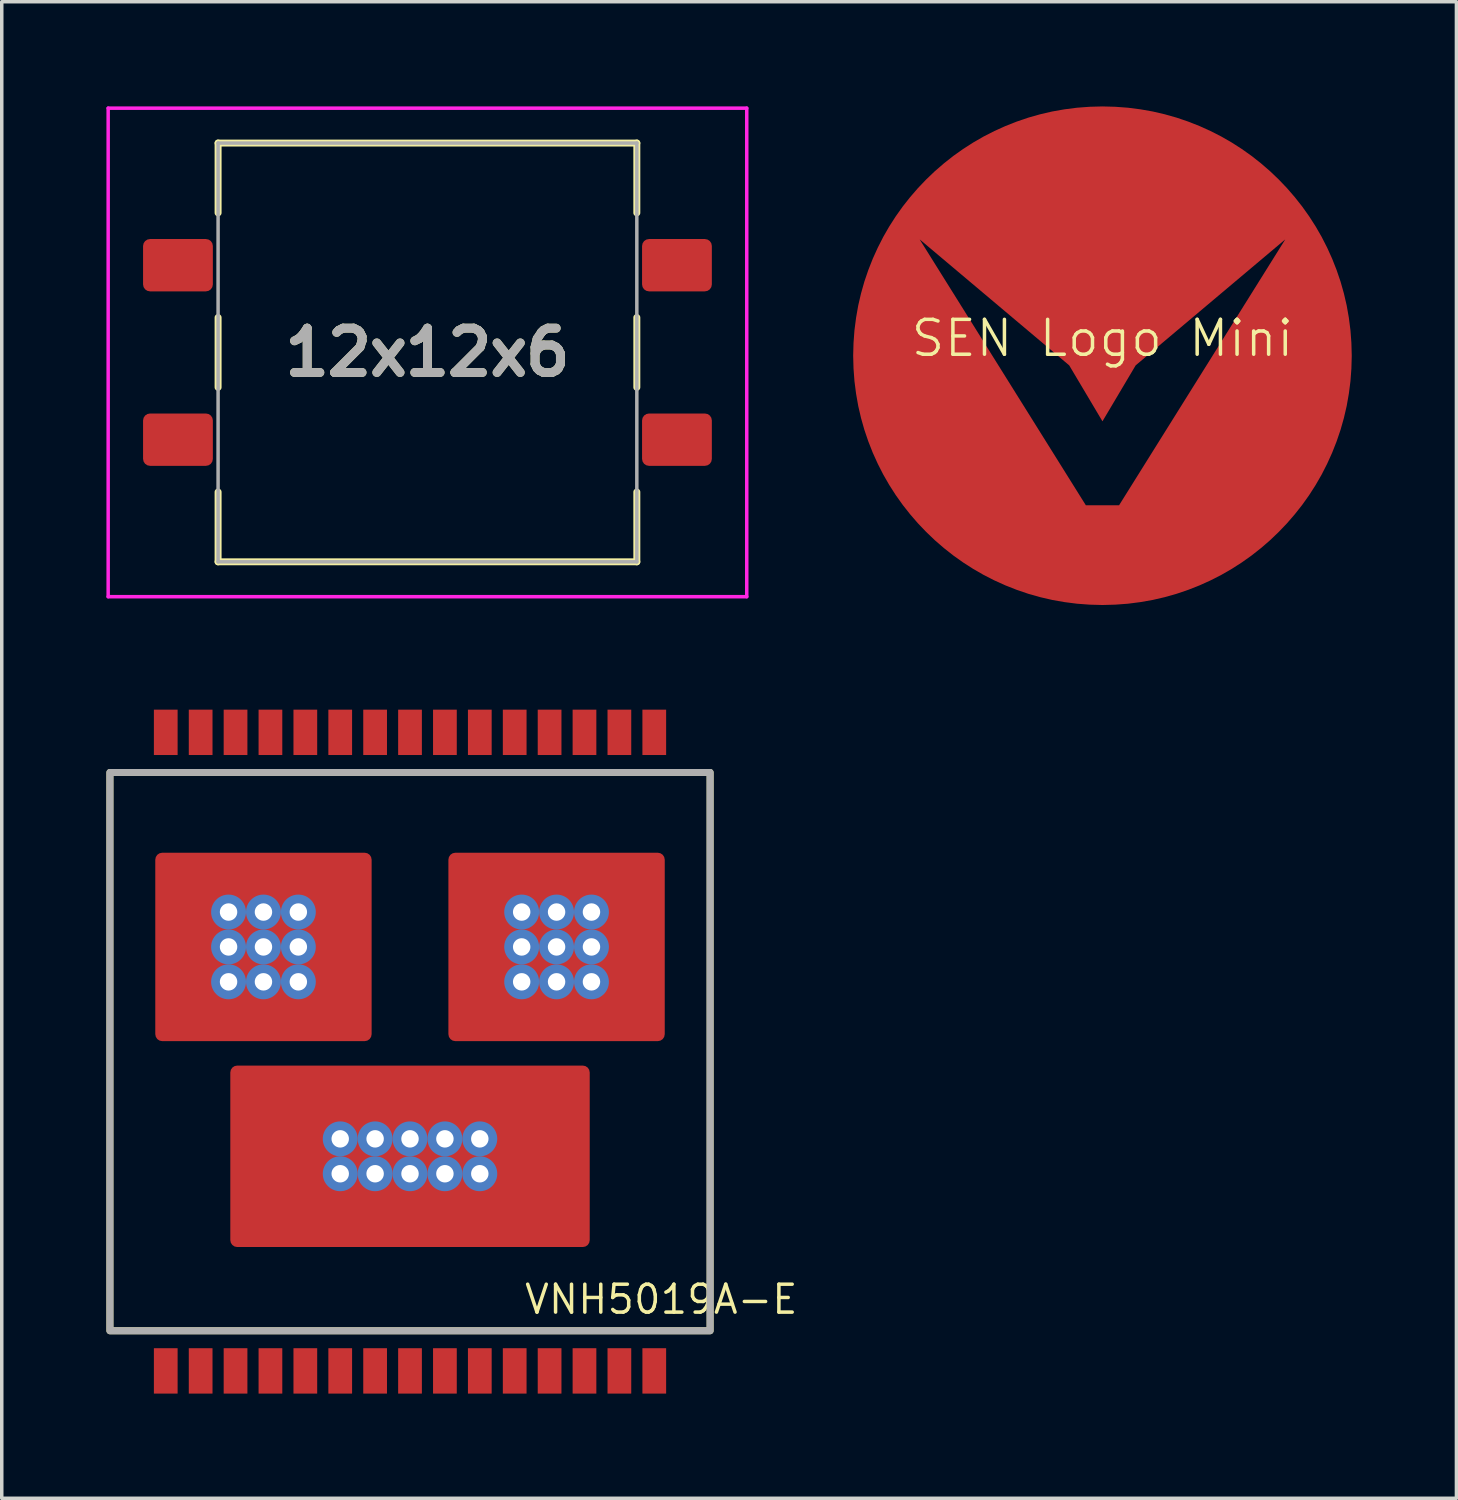
<source format=kicad_pcb>
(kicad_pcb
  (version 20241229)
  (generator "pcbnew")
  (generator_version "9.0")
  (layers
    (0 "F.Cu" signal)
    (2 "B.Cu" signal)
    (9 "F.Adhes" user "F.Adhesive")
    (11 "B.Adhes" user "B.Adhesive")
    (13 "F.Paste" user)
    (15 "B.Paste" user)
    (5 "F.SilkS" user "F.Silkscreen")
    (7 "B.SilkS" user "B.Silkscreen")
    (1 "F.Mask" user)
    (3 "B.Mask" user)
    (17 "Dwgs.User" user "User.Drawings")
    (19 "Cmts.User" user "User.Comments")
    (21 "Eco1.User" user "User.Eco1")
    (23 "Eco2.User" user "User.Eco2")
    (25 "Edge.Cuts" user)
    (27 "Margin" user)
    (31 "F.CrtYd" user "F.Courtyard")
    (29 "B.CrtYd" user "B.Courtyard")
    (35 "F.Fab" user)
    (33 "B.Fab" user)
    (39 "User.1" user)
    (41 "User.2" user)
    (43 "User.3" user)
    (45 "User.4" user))
  (footprint "12x12x6"
    (layer "F.Cu")
    (at 9.2 7.05)
    (property "Reference" "12x12x6" (at 0 0 0) (layer "F.SilkS") (effects (font (size 1.27 1.27) (thickness 0.254))))
    (attr smd)
    (fp_line (start -6 -6) (end 6 -6) (stroke (width 0.2) (type solid)) (layer "F.SilkS"))
    (fp_line (start -6 -4) (end -6 -6) (stroke (width 0.2) (type solid)) (layer "F.SilkS"))
    (fp_line (start -6 1) (end -6 -1) (stroke (width 0.2) (type solid)) (layer "F.SilkS"))
    (fp_line (start -6 4) (end -6 6) (stroke (width 0.2) (type solid)) (layer "F.SilkS"))
    (fp_line (start -6 6) (end 6 6) (stroke (width 0.2) (type solid)) (layer "F.SilkS"))
    (fp_line (start 6 -6) (end 6 -4) (stroke (width 0.2) (type solid)) (layer "F.SilkS"))
    (fp_line (start 6 1) (end 6 -1) (stroke (width 0.2) (type solid)) (layer "F.SilkS"))
    (fp_line (start 6 6) (end 6 4) (stroke (width 0.2) (type solid)) (layer "F.SilkS"))
    (fp_line (start -9.15 -7) (end 9.15 -7) (stroke (width 0.1) (type solid)) (layer "F.CrtYd"))
    (fp_line (start -9.15 7) (end -9.15 -7) (stroke (width 0.1) (type solid)) (layer "F.CrtYd"))
    (fp_line (start 9.15 -7) (end 9.15 7) (stroke (width 0.1) (type solid)) (layer "F.CrtYd"))
    (fp_line (start 9.15 7) (end -9.15 7) (stroke (width 0.1) (type solid)) (layer "F.CrtYd"))
    (fp_line (start -6 -6) (end 6 -6) (stroke (width 0.1) (type solid)) (layer "F.Fab"))
    (fp_line (start -6 6) (end -6 -6) (stroke (width 0.1) (type solid)) (layer "F.Fab"))
    (fp_line (start 6 -6) (end 6 6) (stroke (width 0.1) (type solid)) (layer "F.Fab"))
    (fp_line (start 6 6) (end -6 6) (stroke (width 0.1) (type solid)) (layer "F.Fab"))
    (fp_text user "${REFERENCE}" (at 0 0 0) (layer "F.Fab") (effects (font (size 1.27 1.27) (thickness 0.254))))
    (pad "1" smd roundrect (at -7.15 -2.5 90) (size 1.5 2) (layers "F.Cu" "F.Mask" "F.Paste") (roundrect_rratio 0.133))
    (pad "2" smd roundrect (at 7.15 -2.5 90) (size 1.5 2) (layers "F.Cu" "F.Mask" "F.Paste") (roundrect_rratio 0.133))
    (pad "3" smd roundrect (at -7.15 2.5 90) (size 1.5 2) (layers "F.Cu" "F.Mask" "F.Paste") (roundrect_rratio 0.133))
    (pad "4" smd roundrect (at 7.15 2.5 90) (size 1.5 2) (layers "F.Cu" "F.Mask" "F.Paste") (roundrect_rratio 0.133)))
  (footprint "SEN Logo Mini"
    (layer "F.Cu")
    (at 28.544 7.144)
    (property "Reference" "SEN Logo Mini" (at 0 -0.5 0) (unlocked yes) (layer "F.SilkS") (effects (font (size 1 1) (thickness 0.1))))
    (attr smd)
    (pad "2" smd custom (at 0 0) (size 1 1) (layers "F.Cu" "F.Mask" "F.Paste") (options (anchor rect)) (primitives (gr_poly (pts (xy 0.368 -7.134) (xy 0.73 -7.107) (xy 1.088 -7.061) (xy 1.44 -6.999) (xy 1.785 -6.919) (xy 2.124 -6.823) (xy 2.456 -6.71) (xy 2.781 -6.582) (xy 3.097 -6.439) (xy 3.405 -6.282) (xy 3.704 -6.11) (xy 3.994 -5.924) (xy 4.274 -5.725) (xy 4.544 -5.512) (xy 4.803 -5.288) (xy 5.051 -5.051) (xy 5.288 -4.803) (xy 5.512 -4.544) (xy 5.725 -4.274) (xy 5.924 -3.994) (xy 6.11 -3.704) (xy 6.282 -3.405) (xy 6.439 -3.097) (xy 6.582 -2.781) (xy 6.71 -2.456) (xy 6.823 -2.124) (xy 6.919 -1.785) (xy 6.999 -1.44) (xy 7.061 -1.088) (xy 7.107 -0.73) (xy 7.134 -0.368) (xy 7.144 0) (xy 7.134 0.368) (xy 7.107 0.73) (xy 7.061 1.088) (xy 6.999 1.44) (xy 6.919 1.785) (xy 6.823 2.124) (xy 6.71 2.456) (xy 6.582 2.781) (xy 6.439 3.097) (xy 6.282 3.405) (xy 6.11 3.704) (xy 5.924 3.994) (xy 5.725 4.274) (xy 5.512 4.544) (xy 5.288 4.803) (xy 5.051 5.051) (xy 4.803 5.288) (xy 4.544 5.512) (xy 4.274 5.725) (xy 3.994 5.924) (xy 3.704 6.11) (xy 3.405 6.282) (xy 3.097 6.439) (xy 2.781 6.582) (xy 2.456 6.71) (xy 2.124 6.823) (xy 1.785 6.919) (xy 1.44 6.999) (xy 1.088 7.061) (xy 0.73 7.107) (xy 0.368 7.134) (xy 0 7.144) (xy -0.368 7.134) (xy -0.73 7.107) (xy -1.088 7.061) (xy -1.44 6.999) (xy -1.785 6.919) (xy -2.124 6.823) (xy -2.456 6.71) (xy -2.781 6.582) (xy -3.097 6.439) (xy -3.405 6.282) (xy -3.704 6.11) (xy -3.994 5.924) (xy -4.274 5.725) (xy -4.544 5.512) (xy -4.803 5.288) (xy -5.051 5.051) (xy -5.288 4.803) (xy -5.512 4.544) (xy -5.725 4.274) (xy -5.924 3.994) (xy -6.11 3.704) (xy -6.282 3.405) (xy -6.439 3.097) (xy -6.582 2.781) (xy -6.71 2.456) (xy -6.823 2.124) (xy -6.919 1.785) (xy -6.999 1.44) (xy -7.061 1.088) (xy -7.107 0.73) (xy -7.134 0.368) (xy -7.144 0) (xy -7.134 -0.368) (xy -7.107 -0.73) (xy -7.061 -1.088) (xy -6.999 -1.44) (xy -6.919 -1.785) (xy -6.823 -2.124) (xy -6.71 -2.456) (xy -6.582 -2.781) (xy -6.439 -3.097) (xy -6.318 -3.334) (xy -5.239 -3.334) (xy -0.476 4.286) (xy 0.476 4.286) (xy 5.239 -3.334) (xy 0.952 0.276) (xy 0 1.88) (xy -0.953 0.276) (xy -5.239 -3.334) (xy -6.318 -3.334) (xy -6.282 -3.405) (xy -6.11 -3.704) (xy -5.924 -3.994) (xy -5.725 -4.274) (xy -5.512 -4.544) (xy -5.288 -4.803) (xy -5.051 -5.051) (xy -4.803 -5.288) (xy -4.544 -5.512) (xy -4.274 -5.725) (xy -3.994 -5.924) (xy -3.704 -6.11) (xy -3.405 -6.282) (xy -3.097 -6.439) (xy -2.781 -6.582) (xy -2.456 -6.71) (xy -2.124 -6.823) (xy -1.785 -6.919) (xy -1.44 -6.999) (xy -1.088 -7.061) (xy -0.73 -7.107) (xy -0.368 -7.134) (xy 0 -7.144)) (width 0) (fill yes)))))
  (footprint "VNH5019A-E"
    (layer "F.Cu")
    (at 8.7 27.087)
    (property "Reference" "VNH5019A-E" (at 7.2 7.1 0) (layer "F.SilkS") (effects (font (size 0.8 0.8) (thickness 0.1))))
    (attr smd)
    (fp_rect (start -8.6 -8) (end 8.6 8) (stroke (width 0.2) (type solid)) (fill no) (layer "F.SilkS"))
    (fp_rect (start -8.6 -8) (end 8.6 8) (stroke (width 0.2) (type solid)) (fill no) (layer "F.Fab"))
    (pad "1" smd rect (at -7 9.15) (size 0.68 1.3) (layers "F.Cu" "F.Mask" "F.Paste"))
    (pad "2" smd rect (at -6 9.15) (size 0.68 1.3) (layers "F.Cu" "F.Mask" "F.Paste"))
    (pad "3" smd rect (at -5 9.15) (size 0.68 1.3) (layers "F.Cu" "F.Mask" "F.Paste"))
    (pad "4" smd rect (at -4 9.15) (size 0.68 1.3) (layers "F.Cu" "F.Mask" "F.Paste"))
    (pad "5" smd rect (at -3 9.15) (size 0.68 1.3) (layers "F.Cu" "F.Mask" "F.Paste"))
    (pad "6" smd rect (at -2 9.15) (size 0.68 1.3) (layers "F.Cu" "F.Mask" "F.Paste"))
    (pad "7" smd rect (at -1 9.15) (size 0.68 1.3) (layers "F.Cu" "F.Mask" "F.Paste"))
    (pad "8" smd rect (at 0 9.15) (size 0.68 1.3) (layers "F.Cu" "F.Mask" "F.Paste"))
    (pad "9" smd rect (at 1 9.15) (size 0.68 1.3) (layers "F.Cu" "F.Mask" "F.Paste"))
    (pad "10" smd rect (at 2 9.15) (size 0.68 1.3) (layers "F.Cu" "F.Mask" "F.Paste"))
    (pad "11" smd rect (at 3 9.15) (size 0.68 1.3) (layers "F.Cu" "F.Mask" "F.Paste"))
    (pad "12" smd rect (at 4 9.15) (size 0.68 1.3) (layers "F.Cu" "F.Mask" "F.Paste"))
    (pad "13" smd rect (at 5 9.15) (size 0.68 1.3) (layers "F.Cu" "F.Mask" "F.Paste"))
    (pad "14" smd rect (at 6 9.15) (size 0.68 1.3) (layers "F.Cu" "F.Mask" "F.Paste"))
    (pad "15" smd rect (at 7 9.15) (size 0.68 1.3) (layers "F.Cu" "F.Mask" "F.Paste"))
    (pad "16" smd rect (at 7 -9.15) (size 0.68 1.3) (layers "F.Cu" "F.Mask" "F.Paste"))
    (pad "17" smd rect (at 6 -9.15) (size 0.68 1.3) (layers "F.Cu" "F.Mask" "F.Paste"))
    (pad "18" smd rect (at 5 -9.15) (size 0.68 1.3) (layers "F.Cu" "F.Mask" "F.Paste"))
    (pad "19" smd rect (at 4 -9.15) (size 0.68 1.3) (layers "F.Cu" "F.Mask" "F.Paste"))
    (pad "20" smd rect (at 3 -9.15) (size 0.68 1.3) (layers "F.Cu" "F.Mask" "F.Paste"))
    (pad "21" smd rect (at 2 -9.15) (size 0.68 1.3) (layers "F.Cu" "F.Mask" "F.Paste"))
    (pad "22" smd rect (at 1 -9.15) (size 0.68 1.3) (layers "F.Cu" "F.Mask" "F.Paste"))
    (pad "23" smd rect (at 0 -9.15) (size 0.68 1.3) (layers "F.Cu" "F.Mask" "F.Paste"))
    (pad "24" smd rect (at -1 -9.15) (size 0.68 1.3) (layers "F.Cu" "F.Mask" "F.Paste"))
    (pad "25" smd rect (at -2 -9.15) (size 0.68 1.3) (layers "F.Cu" "F.Mask" "F.Paste"))
    (pad "26" smd rect (at -3 -9.15) (size 0.68 1.3) (layers "F.Cu" "F.Mask" "F.Paste"))
    (pad "27" smd rect (at -4 -9.15) (size 0.68 1.3) (layers "F.Cu" "F.Mask" "F.Paste"))
    (pad "28" smd rect (at -5 -9.15) (size 0.68 1.3) (layers "F.Cu" "F.Mask" "F.Paste"))
    (pad "29" smd rect (at -6 -9.15) (size 0.68 1.3) (layers "F.Cu" "F.Mask" "F.Paste"))
    (pad "30" smd rect (at -7 -9.15) (size 0.68 1.3) (layers "F.Cu" "F.Mask" "F.Paste"))
    (pad "31" thru_hole circle (at -5.2 -4 90) (size 1 1) (drill 0.5) (layers "*.Cu" "*.Mask"))
    (pad "31" thru_hole circle (at -5.2 -3 90) (size 1 1) (drill 0.5) (layers "*.Cu" "*.Mask"))
    (pad "31" thru_hole circle (at -5.2 -2 90) (size 1 1) (drill 0.5) (layers "*.Cu" "*.Mask"))
    (pad "31" thru_hole circle (at -4.2 -4 90) (size 1 1) (drill 0.5) (layers "*.Cu" "*.Mask"))
    (pad "31" thru_hole circle (at -4.2 -3 90) (size 1 1) (drill 0.5) (layers "*.Cu" "*.Mask"))
    (pad "31" smd roundrect (at -4.2 -3 90) (size 5.4 6.2) (layers "F.Cu" "F.Mask" "F.Paste") (roundrect_rratio 0.037))
    (pad "31" thru_hole circle (at -4.2 -2 90) (size 1 1) (drill 0.5) (layers "*.Cu" "*.Mask"))
    (pad "31" thru_hole circle (at -3.2 -4 90) (size 1 1) (drill 0.5) (layers "*.Cu" "*.Mask"))
    (pad "31" thru_hole circle (at -3.2 -3 90) (size 1 1) (drill 0.5) (layers "*.Cu" "*.Mask"))
    (pad "31" thru_hole circle (at -3.2 -2 90) (size 1 1) (drill 0.5) (layers "*.Cu" "*.Mask"))
    (pad "32" thru_hole circle (at 3.2 -4 90) (size 1 1) (drill 0.5) (layers "*.Cu" "*.Mask"))
    (pad "32" thru_hole circle (at 3.2 -3 90) (size 1 1) (drill 0.5) (layers "*.Cu" "*.Mask"))
    (pad "32" thru_hole circle (at 3.2 -2 90) (size 1 1) (drill 0.5) (layers "*.Cu" "*.Mask"))
    (pad "32" thru_hole circle (at 4.2 -4 90) (size 1 1) (drill 0.5) (layers "*.Cu" "*.Mask"))
    (pad "32" thru_hole circle (at 4.2 -3 90) (size 1 1) (drill 0.5) (layers "*.Cu" "*.Mask"))
    (pad "32" smd roundrect (at 4.2 -3 90) (size 5.4 6.2) (layers "F.Cu" "F.Mask" "F.Paste") (roundrect_rratio 0.037))
    (pad "32" thru_hole circle (at 4.2 -2 90) (size 1 1) (drill 0.5) (layers "*.Cu" "*.Mask"))
    (pad "32" thru_hole circle (at 5.2 -4 90) (size 1 1) (drill 0.5) (layers "*.Cu" "*.Mask"))
    (pad "32" thru_hole circle (at 5.2 -3 90) (size 1 1) (drill 0.5) (layers "*.Cu" "*.Mask"))
    (pad "32" thru_hole circle (at 5.2 -2 90) (size 1 1) (drill 0.5) (layers "*.Cu" "*.Mask"))
    (pad "33" thru_hole circle (at -2 2.5 90) (size 1 1) (drill 0.5) (layers "*.Cu" "*.Mask"))
    (pad "33" thru_hole circle (at -2 3.5 90) (size 1 1) (drill 0.5) (layers "*.Cu" "*.Mask"))
    (pad "33" thru_hole circle (at -1 2.5 90) (size 1 1) (drill 0.5) (layers "*.Cu" "*.Mask"))
    (pad "33" thru_hole circle (at -1 3.5 90) (size 1 1) (drill 0.5) (layers "*.Cu" "*.Mask"))
    (pad "33" thru_hole circle (at 0 2.5 90) (size 1 1) (drill 0.5) (layers "*.Cu" "*.Mask"))
    (pad "33" smd roundrect (at 0 3 90) (size 5.2 10.3) (layers "F.Cu" "F.Mask" "F.Paste") (roundrect_rratio 0.038))
    (pad "33" thru_hole circle (at 0 3.5 90) (size 1 1) (drill 0.5) (layers "*.Cu" "*.Mask"))
    (pad "33" thru_hole circle (at 1 2.5 90) (size 1 1) (drill 0.5) (layers "*.Cu" "*.Mask"))
    (pad "33" thru_hole circle (at 1 3.5 90) (size 1 1) (drill 0.5) (layers "*.Cu" "*.Mask"))
    (pad "33" thru_hole circle (at 2 2.5 90) (size 1 1) (drill 0.5) (layers "*.Cu" "*.Mask"))
    (pad "33" thru_hole circle (at 2 3.5 90) (size 1 1) (drill 0.5) (layers "*.Cu" "*.Mask")))
  (gr_rect
    (start -3 -3)
    (end 38.688 39.888)
    (stroke (width 0.1) (type default))
    (fill no)
    (layer "Edge.Cuts")))
</source>
